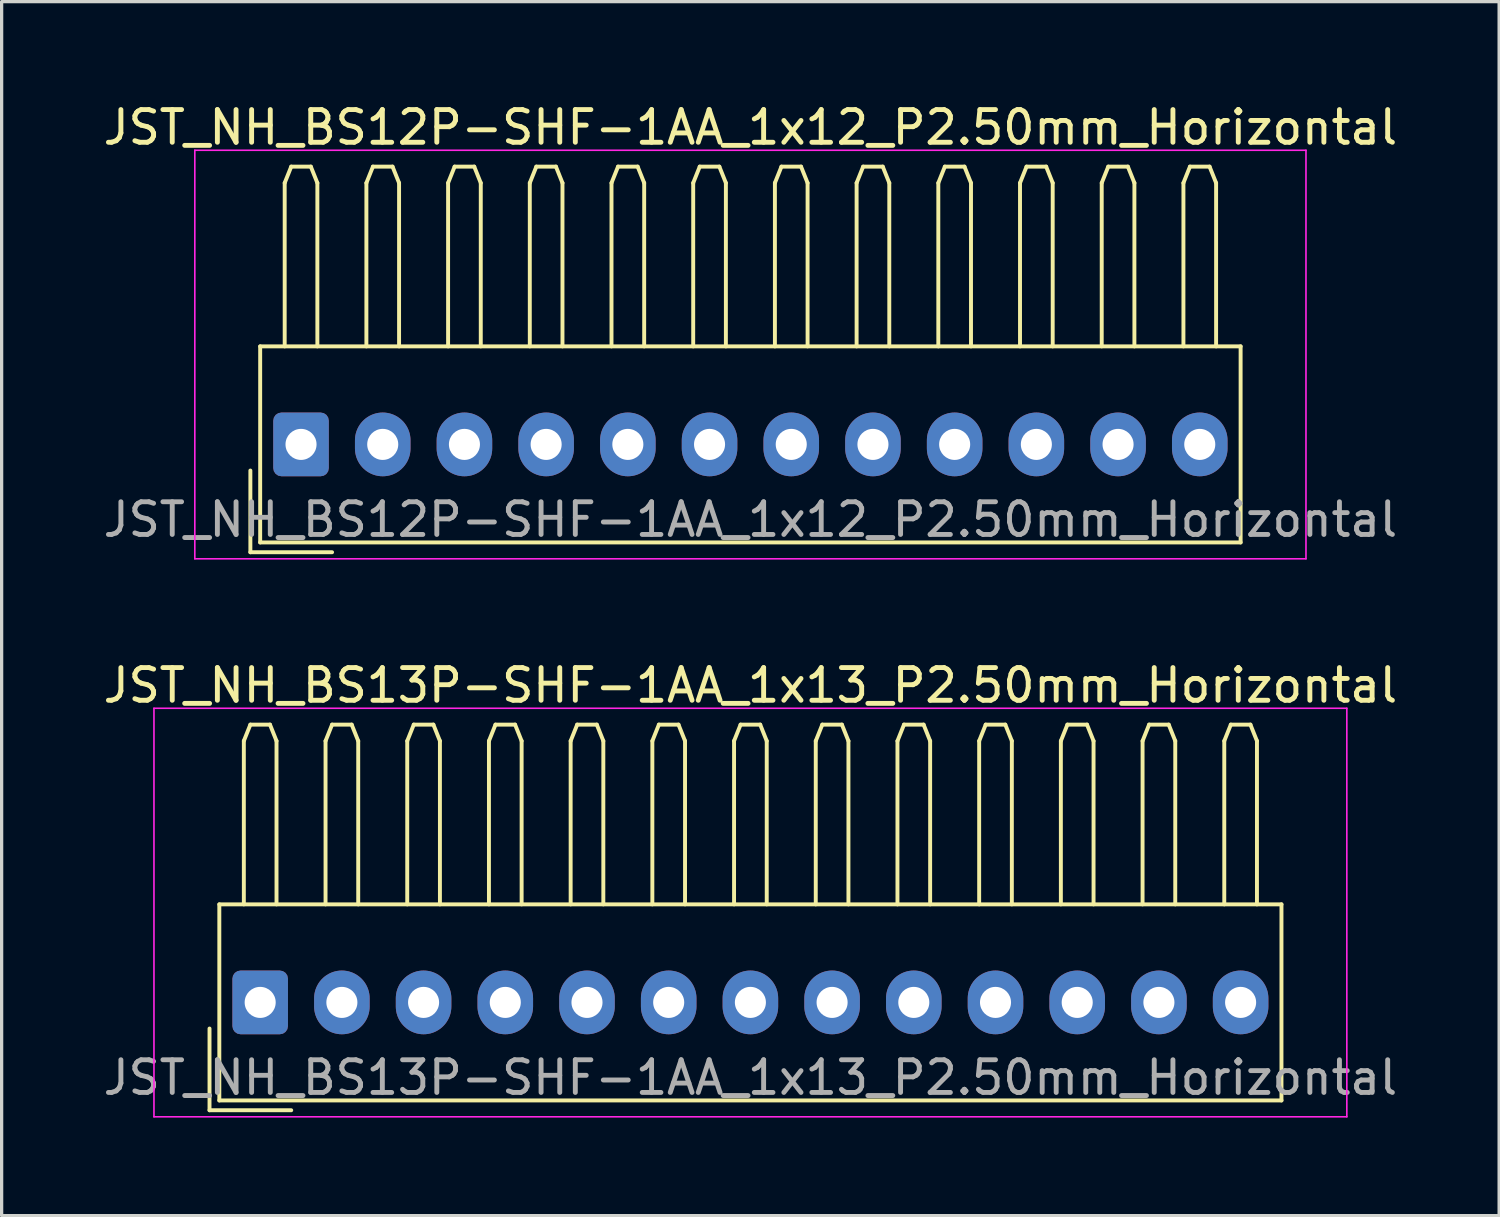
<source format=kicad_pcb>
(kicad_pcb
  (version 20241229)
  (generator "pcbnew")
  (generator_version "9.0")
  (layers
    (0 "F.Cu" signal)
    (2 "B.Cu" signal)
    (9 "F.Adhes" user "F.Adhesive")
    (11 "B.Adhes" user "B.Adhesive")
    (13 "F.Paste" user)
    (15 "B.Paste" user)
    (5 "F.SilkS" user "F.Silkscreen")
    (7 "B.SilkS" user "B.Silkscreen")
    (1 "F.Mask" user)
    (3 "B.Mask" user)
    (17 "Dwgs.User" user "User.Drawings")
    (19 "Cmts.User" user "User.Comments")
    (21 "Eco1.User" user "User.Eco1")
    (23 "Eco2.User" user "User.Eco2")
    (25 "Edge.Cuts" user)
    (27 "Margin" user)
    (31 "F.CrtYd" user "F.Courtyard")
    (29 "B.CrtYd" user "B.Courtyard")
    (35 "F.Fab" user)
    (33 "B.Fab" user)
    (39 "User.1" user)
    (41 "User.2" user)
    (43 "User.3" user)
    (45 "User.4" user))
  (footprint "JST_NH_BS13P-SHF-1AA_1x13_P2.50mm_Horizontal"
    (layer "F.Cu")
    (at 4.911 27.622)
    (property "Reference" "JST_NH_BS13P-SHF-1AA_1x13_P2.50mm_Horizontal" (at 15 -9.7 0) (layer "F.SilkS") (effects (font (size 1 1) (thickness 0.15))))
    (attr through_hole)
    (fp_line (start -1.55 0.8) (end -1.55 3.3) (stroke (width 0.12) (type solid)) (layer "F.SilkS"))
    (fp_line (start -1.55 3.3) (end 0.95 3.3) (stroke (width 0.12) (type solid)) (layer "F.SilkS"))
    (fp_line (start -1.25 -3) (end -1.25 3) (stroke (width 0.12) (type solid)) (layer "F.SilkS"))
    (fp_line (start -1.25 3) (end 31.25 3) (stroke (width 0.12) (type solid)) (layer "F.SilkS"))
    (fp_line (start -0.5 -8) (end -0.3 -8.5) (stroke (width 0.12) (type solid)) (layer "F.SilkS"))
    (fp_line (start -0.5 -3) (end -0.5 -8) (stroke (width 0.12) (type solid)) (layer "F.SilkS"))
    (fp_line (start -0.3 -8.5) (end 0.3 -8.5) (stroke (width 0.12) (type solid)) (layer "F.SilkS"))
    (fp_line (start 0.3 -8.5) (end 0.5 -8) (stroke (width 0.12) (type solid)) (layer "F.SilkS"))
    (fp_line (start 0.5 -8) (end 0.5 -3) (stroke (width 0.12) (type solid)) (layer "F.SilkS"))
    (fp_line (start 2 -8) (end 2.2 -8.5) (stroke (width 0.12) (type solid)) (layer "F.SilkS"))
    (fp_line (start 2 -3) (end 2 -8) (stroke (width 0.12) (type solid)) (layer "F.SilkS"))
    (fp_line (start 2.2 -8.5) (end 2.8 -8.5) (stroke (width 0.12) (type solid)) (layer "F.SilkS"))
    (fp_line (start 2.8 -8.5) (end 3 -8) (stroke (width 0.12) (type solid)) (layer "F.SilkS"))
    (fp_line (start 3 -8) (end 3 -3) (stroke (width 0.12) (type solid)) (layer "F.SilkS"))
    (fp_line (start 4.5 -8) (end 4.7 -8.5) (stroke (width 0.12) (type solid)) (layer "F.SilkS"))
    (fp_line (start 4.5 -3) (end 4.5 -8) (stroke (width 0.12) (type solid)) (layer "F.SilkS"))
    (fp_line (start 4.7 -8.5) (end 5.3 -8.5) (stroke (width 0.12) (type solid)) (layer "F.SilkS"))
    (fp_line (start 5.3 -8.5) (end 5.5 -8) (stroke (width 0.12) (type solid)) (layer "F.SilkS"))
    (fp_line (start 5.5 -8) (end 5.5 -3) (stroke (width 0.12) (type solid)) (layer "F.SilkS"))
    (fp_line (start 7 -8) (end 7.2 -8.5) (stroke (width 0.12) (type solid)) (layer "F.SilkS"))
    (fp_line (start 7 -3) (end 7 -8) (stroke (width 0.12) (type solid)) (layer "F.SilkS"))
    (fp_line (start 7.2 -8.5) (end 7.8 -8.5) (stroke (width 0.12) (type solid)) (layer "F.SilkS"))
    (fp_line (start 7.8 -8.5) (end 8 -8) (stroke (width 0.12) (type solid)) (layer "F.SilkS"))
    (fp_line (start 8 -8) (end 8 -3) (stroke (width 0.12) (type solid)) (layer "F.SilkS"))
    (fp_line (start 9.5 -8) (end 9.7 -8.5) (stroke (width 0.12) (type solid)) (layer "F.SilkS"))
    (fp_line (start 9.5 -3) (end 9.5 -8) (stroke (width 0.12) (type solid)) (layer "F.SilkS"))
    (fp_line (start 9.7 -8.5) (end 10.3 -8.5) (stroke (width 0.12) (type solid)) (layer "F.SilkS"))
    (fp_line (start 10.3 -8.5) (end 10.5 -8) (stroke (width 0.12) (type solid)) (layer "F.SilkS"))
    (fp_line (start 10.5 -8) (end 10.5 -3) (stroke (width 0.12) (type solid)) (layer "F.SilkS"))
    (fp_line (start 12 -8) (end 12.2 -8.5) (stroke (width 0.12) (type solid)) (layer "F.SilkS"))
    (fp_line (start 12 -3) (end 12 -8) (stroke (width 0.12) (type solid)) (layer "F.SilkS"))
    (fp_line (start 12.2 -8.5) (end 12.8 -8.5) (stroke (width 0.12) (type solid)) (layer "F.SilkS"))
    (fp_line (start 12.8 -8.5) (end 13 -8) (stroke (width 0.12) (type solid)) (layer "F.SilkS"))
    (fp_line (start 13 -8) (end 13 -3) (stroke (width 0.12) (type solid)) (layer "F.SilkS"))
    (fp_line (start 14.5 -8) (end 14.7 -8.5) (stroke (width 0.12) (type solid)) (layer "F.SilkS"))
    (fp_line (start 14.5 -3) (end 14.5 -8) (stroke (width 0.12) (type solid)) (layer "F.SilkS"))
    (fp_line (start 14.7 -8.5) (end 15.3 -8.5) (stroke (width 0.12) (type solid)) (layer "F.SilkS"))
    (fp_line (start 15.3 -8.5) (end 15.5 -8) (stroke (width 0.12) (type solid)) (layer "F.SilkS"))
    (fp_line (start 15.5 -8) (end 15.5 -3) (stroke (width 0.12) (type solid)) (layer "F.SilkS"))
    (fp_line (start 17 -8) (end 17.2 -8.5) (stroke (width 0.12) (type solid)) (layer "F.SilkS"))
    (fp_line (start 17 -3) (end 17 -8) (stroke (width 0.12) (type solid)) (layer "F.SilkS"))
    (fp_line (start 17.2 -8.5) (end 17.8 -8.5) (stroke (width 0.12) (type solid)) (layer "F.SilkS"))
    (fp_line (start 17.8 -8.5) (end 18 -8) (stroke (width 0.12) (type solid)) (layer "F.SilkS"))
    (fp_line (start 18 -8) (end 18 -3) (stroke (width 0.12) (type solid)) (layer "F.SilkS"))
    (fp_line (start 19.5 -8) (end 19.7 -8.5) (stroke (width 0.12) (type solid)) (layer "F.SilkS"))
    (fp_line (start 19.5 -3) (end 19.5 -8) (stroke (width 0.12) (type solid)) (layer "F.SilkS"))
    (fp_line (start 19.7 -8.5) (end 20.3 -8.5) (stroke (width 0.12) (type solid)) (layer "F.SilkS"))
    (fp_line (start 20.3 -8.5) (end 20.5 -8) (stroke (width 0.12) (type solid)) (layer "F.SilkS"))
    (fp_line (start 20.5 -8) (end 20.5 -3) (stroke (width 0.12) (type solid)) (layer "F.SilkS"))
    (fp_line (start 22 -8) (end 22.2 -8.5) (stroke (width 0.12) (type solid)) (layer "F.SilkS"))
    (fp_line (start 22 -3) (end 22 -8) (stroke (width 0.12) (type solid)) (layer "F.SilkS"))
    (fp_line (start 22.2 -8.5) (end 22.8 -8.5) (stroke (width 0.12) (type solid)) (layer "F.SilkS"))
    (fp_line (start 22.8 -8.5) (end 23 -8) (stroke (width 0.12) (type solid)) (layer "F.SilkS"))
    (fp_line (start 23 -8) (end 23 -3) (stroke (width 0.12) (type solid)) (layer "F.SilkS"))
    (fp_line (start 24.5 -8) (end 24.7 -8.5) (stroke (width 0.12) (type solid)) (layer "F.SilkS"))
    (fp_line (start 24.5 -3) (end 24.5 -8) (stroke (width 0.12) (type solid)) (layer "F.SilkS"))
    (fp_line (start 24.7 -8.5) (end 25.3 -8.5) (stroke (width 0.12) (type solid)) (layer "F.SilkS"))
    (fp_line (start 25.3 -8.5) (end 25.5 -8) (stroke (width 0.12) (type solid)) (layer "F.SilkS"))
    (fp_line (start 25.5 -8) (end 25.5 -3) (stroke (width 0.12) (type solid)) (layer "F.SilkS"))
    (fp_line (start 27 -8) (end 27.2 -8.5) (stroke (width 0.12) (type solid)) (layer "F.SilkS"))
    (fp_line (start 27 -3) (end 27 -8) (stroke (width 0.12) (type solid)) (layer "F.SilkS"))
    (fp_line (start 27.2 -8.5) (end 27.8 -8.5) (stroke (width 0.12) (type solid)) (layer "F.SilkS"))
    (fp_line (start 27.8 -8.5) (end 28 -8) (stroke (width 0.12) (type solid)) (layer "F.SilkS"))
    (fp_line (start 28 -8) (end 28 -3) (stroke (width 0.12) (type solid)) (layer "F.SilkS"))
    (fp_line (start 29.5 -8) (end 29.7 -8.5) (stroke (width 0.12) (type solid)) (layer "F.SilkS"))
    (fp_line (start 29.5 -3) (end 29.5 -8) (stroke (width 0.12) (type solid)) (layer "F.SilkS"))
    (fp_line (start 29.7 -8.5) (end 30.3 -8.5) (stroke (width 0.12) (type solid)) (layer "F.SilkS"))
    (fp_line (start 30.3 -8.5) (end 30.5 -8) (stroke (width 0.12) (type solid)) (layer "F.SilkS"))
    (fp_line (start 30.5 -8) (end 30.5 -3) (stroke (width 0.12) (type solid)) (layer "F.SilkS"))
    (fp_line (start 31.25 -3) (end -1.25 -3) (stroke (width 0.12) (type solid)) (layer "F.SilkS"))
    (fp_line (start 31.25 3) (end 31.25 -3) (stroke (width 0.12) (type solid)) (layer "F.SilkS"))
    (fp_line (start -3.25 -9) (end -3.25 3.5) (stroke (width 0.05) (type solid)) (layer "F.CrtYd"))
    (fp_line (start -3.25 3.5) (end 33.25 3.5) (stroke (width 0.05) (type solid)) (layer "F.CrtYd"))
    (fp_line (start 33.25 -9) (end -3.25 -9) (stroke (width 0.05) (type solid)) (layer "F.CrtYd"))
    (fp_line (start 33.25 3.5) (end 33.25 -9) (stroke (width 0.05) (type solid)) (layer "F.CrtYd"))
    (fp_text user "${REFERENCE}" (at 15 2.3 0) (layer "F.Fab") (effects (font (size 1 1) (thickness 0.15))))
    (pad "1" thru_hole roundrect (at 0 0) (size 1.7 1.95) (drill 0.95) (layers "*.Cu" "*.Mask") (roundrect_rratio 0.147))
    (pad "2" thru_hole oval (at 2.5 0) (size 1.7 1.95) (drill 0.95) (layers "*.Cu" "*.Mask"))
    (pad "3" thru_hole oval (at 5 0) (size 1.7 1.95) (drill 0.95) (layers "*.Cu" "*.Mask"))
    (pad "4" thru_hole oval (at 7.5 0) (size 1.7 1.95) (drill 0.95) (layers "*.Cu" "*.Mask"))
    (pad "5" thru_hole oval (at 10 0) (size 1.7 1.95) (drill 0.95) (layers "*.Cu" "*.Mask"))
    (pad "6" thru_hole oval (at 12.5 0) (size 1.7 1.95) (drill 0.95) (layers "*.Cu" "*.Mask"))
    (pad "7" thru_hole oval (at 15 0) (size 1.7 1.95) (drill 0.95) (layers "*.Cu" "*.Mask"))
    (pad "8" thru_hole oval (at 17.5 0) (size 1.7 1.95) (drill 0.95) (layers "*.Cu" "*.Mask"))
    (pad "9" thru_hole oval (at 20 0) (size 1.7 1.95) (drill 0.95) (layers "*.Cu" "*.Mask"))
    (pad "10" thru_hole oval (at 22.5 0) (size 1.7 1.95) (drill 0.95) (layers "*.Cu" "*.Mask"))
    (pad "11" thru_hole oval (at 25 0) (size 1.7 1.95) (drill 0.95) (layers "*.Cu" "*.Mask"))
    (pad "12" thru_hole oval (at 27.5 0) (size 1.7 1.95) (drill 0.95) (layers "*.Cu" "*.Mask"))
    (pad "13" thru_hole oval (at 30 0) (size 1.7 1.95) (drill 0.95) (layers "*.Cu" "*.Mask")))
  (footprint "JST_NH_BS12P-SHF-1AA_1x12_P2.50mm_Horizontal"
    (layer "F.Cu")
    (at 6.161 10.548)
    (property "Reference" "JST_NH_BS12P-SHF-1AA_1x12_P2.50mm_Horizontal" (at 13.75 -9.7 0) (layer "F.SilkS") (effects (font (size 1 1) (thickness 0.15))))
    (attr through_hole)
    (fp_line (start -1.55 0.8) (end -1.55 3.3) (stroke (width 0.12) (type solid)) (layer "F.SilkS"))
    (fp_line (start -1.55 3.3) (end 0.95 3.3) (stroke (width 0.12) (type solid)) (layer "F.SilkS"))
    (fp_line (start -1.25 -3) (end -1.25 3) (stroke (width 0.12) (type solid)) (layer "F.SilkS"))
    (fp_line (start -1.25 3) (end 28.75 3) (stroke (width 0.12) (type solid)) (layer "F.SilkS"))
    (fp_line (start -0.5 -8) (end -0.3 -8.5) (stroke (width 0.12) (type solid)) (layer "F.SilkS"))
    (fp_line (start -0.5 -3) (end -0.5 -8) (stroke (width 0.12) (type solid)) (layer "F.SilkS"))
    (fp_line (start -0.3 -8.5) (end 0.3 -8.5) (stroke (width 0.12) (type solid)) (layer "F.SilkS"))
    (fp_line (start 0.3 -8.5) (end 0.5 -8) (stroke (width 0.12) (type solid)) (layer "F.SilkS"))
    (fp_line (start 0.5 -8) (end 0.5 -3) (stroke (width 0.12) (type solid)) (layer "F.SilkS"))
    (fp_line (start 2 -8) (end 2.2 -8.5) (stroke (width 0.12) (type solid)) (layer "F.SilkS"))
    (fp_line (start 2 -3) (end 2 -8) (stroke (width 0.12) (type solid)) (layer "F.SilkS"))
    (fp_line (start 2.2 -8.5) (end 2.8 -8.5) (stroke (width 0.12) (type solid)) (layer "F.SilkS"))
    (fp_line (start 2.8 -8.5) (end 3 -8) (stroke (width 0.12) (type solid)) (layer "F.SilkS"))
    (fp_line (start 3 -8) (end 3 -3) (stroke (width 0.12) (type solid)) (layer "F.SilkS"))
    (fp_line (start 4.5 -8) (end 4.7 -8.5) (stroke (width 0.12) (type solid)) (layer "F.SilkS"))
    (fp_line (start 4.5 -3) (end 4.5 -8) (stroke (width 0.12) (type solid)) (layer "F.SilkS"))
    (fp_line (start 4.7 -8.5) (end 5.3 -8.5) (stroke (width 0.12) (type solid)) (layer "F.SilkS"))
    (fp_line (start 5.3 -8.5) (end 5.5 -8) (stroke (width 0.12) (type solid)) (layer "F.SilkS"))
    (fp_line (start 5.5 -8) (end 5.5 -3) (stroke (width 0.12) (type solid)) (layer "F.SilkS"))
    (fp_line (start 7 -8) (end 7.2 -8.5) (stroke (width 0.12) (type solid)) (layer "F.SilkS"))
    (fp_line (start 7 -3) (end 7 -8) (stroke (width 0.12) (type solid)) (layer "F.SilkS"))
    (fp_line (start 7.2 -8.5) (end 7.8 -8.5) (stroke (width 0.12) (type solid)) (layer "F.SilkS"))
    (fp_line (start 7.8 -8.5) (end 8 -8) (stroke (width 0.12) (type solid)) (layer "F.SilkS"))
    (fp_line (start 8 -8) (end 8 -3) (stroke (width 0.12) (type solid)) (layer "F.SilkS"))
    (fp_line (start 9.5 -8) (end 9.7 -8.5) (stroke (width 0.12) (type solid)) (layer "F.SilkS"))
    (fp_line (start 9.5 -3) (end 9.5 -8) (stroke (width 0.12) (type solid)) (layer "F.SilkS"))
    (fp_line (start 9.7 -8.5) (end 10.3 -8.5) (stroke (width 0.12) (type solid)) (layer "F.SilkS"))
    (fp_line (start 10.3 -8.5) (end 10.5 -8) (stroke (width 0.12) (type solid)) (layer "F.SilkS"))
    (fp_line (start 10.5 -8) (end 10.5 -3) (stroke (width 0.12) (type solid)) (layer "F.SilkS"))
    (fp_line (start 12 -8) (end 12.2 -8.5) (stroke (width 0.12) (type solid)) (layer "F.SilkS"))
    (fp_line (start 12 -3) (end 12 -8) (stroke (width 0.12) (type solid)) (layer "F.SilkS"))
    (fp_line (start 12.2 -8.5) (end 12.8 -8.5) (stroke (width 0.12) (type solid)) (layer "F.SilkS"))
    (fp_line (start 12.8 -8.5) (end 13 -8) (stroke (width 0.12) (type solid)) (layer "F.SilkS"))
    (fp_line (start 13 -8) (end 13 -3) (stroke (width 0.12) (type solid)) (layer "F.SilkS"))
    (fp_line (start 14.5 -8) (end 14.7 -8.5) (stroke (width 0.12) (type solid)) (layer "F.SilkS"))
    (fp_line (start 14.5 -3) (end 14.5 -8) (stroke (width 0.12) (type solid)) (layer "F.SilkS"))
    (fp_line (start 14.7 -8.5) (end 15.3 -8.5) (stroke (width 0.12) (type solid)) (layer "F.SilkS"))
    (fp_line (start 15.3 -8.5) (end 15.5 -8) (stroke (width 0.12) (type solid)) (layer "F.SilkS"))
    (fp_line (start 15.5 -8) (end 15.5 -3) (stroke (width 0.12) (type solid)) (layer "F.SilkS"))
    (fp_line (start 17 -8) (end 17.2 -8.5) (stroke (width 0.12) (type solid)) (layer "F.SilkS"))
    (fp_line (start 17 -3) (end 17 -8) (stroke (width 0.12) (type solid)) (layer "F.SilkS"))
    (fp_line (start 17.2 -8.5) (end 17.8 -8.5) (stroke (width 0.12) (type solid)) (layer "F.SilkS"))
    (fp_line (start 17.8 -8.5) (end 18 -8) (stroke (width 0.12) (type solid)) (layer "F.SilkS"))
    (fp_line (start 18 -8) (end 18 -3) (stroke (width 0.12) (type solid)) (layer "F.SilkS"))
    (fp_line (start 19.5 -8) (end 19.7 -8.5) (stroke (width 0.12) (type solid)) (layer "F.SilkS"))
    (fp_line (start 19.5 -3) (end 19.5 -8) (stroke (width 0.12) (type solid)) (layer "F.SilkS"))
    (fp_line (start 19.7 -8.5) (end 20.3 -8.5) (stroke (width 0.12) (type solid)) (layer "F.SilkS"))
    (fp_line (start 20.3 -8.5) (end 20.5 -8) (stroke (width 0.12) (type solid)) (layer "F.SilkS"))
    (fp_line (start 20.5 -8) (end 20.5 -3) (stroke (width 0.12) (type solid)) (layer "F.SilkS"))
    (fp_line (start 22 -8) (end 22.2 -8.5) (stroke (width 0.12) (type solid)) (layer "F.SilkS"))
    (fp_line (start 22 -3) (end 22 -8) (stroke (width 0.12) (type solid)) (layer "F.SilkS"))
    (fp_line (start 22.2 -8.5) (end 22.8 -8.5) (stroke (width 0.12) (type solid)) (layer "F.SilkS"))
    (fp_line (start 22.8 -8.5) (end 23 -8) (stroke (width 0.12) (type solid)) (layer "F.SilkS"))
    (fp_line (start 23 -8) (end 23 -3) (stroke (width 0.12) (type solid)) (layer "F.SilkS"))
    (fp_line (start 24.5 -8) (end 24.7 -8.5) (stroke (width 0.12) (type solid)) (layer "F.SilkS"))
    (fp_line (start 24.5 -3) (end 24.5 -8) (stroke (width 0.12) (type solid)) (layer "F.SilkS"))
    (fp_line (start 24.7 -8.5) (end 25.3 -8.5) (stroke (width 0.12) (type solid)) (layer "F.SilkS"))
    (fp_line (start 25.3 -8.5) (end 25.5 -8) (stroke (width 0.12) (type solid)) (layer "F.SilkS"))
    (fp_line (start 25.5 -8) (end 25.5 -3) (stroke (width 0.12) (type solid)) (layer "F.SilkS"))
    (fp_line (start 27 -8) (end 27.2 -8.5) (stroke (width 0.12) (type solid)) (layer "F.SilkS"))
    (fp_line (start 27 -3) (end 27 -8) (stroke (width 0.12) (type solid)) (layer "F.SilkS"))
    (fp_line (start 27.2 -8.5) (end 27.8 -8.5) (stroke (width 0.12) (type solid)) (layer "F.SilkS"))
    (fp_line (start 27.8 -8.5) (end 28 -8) (stroke (width 0.12) (type solid)) (layer "F.SilkS"))
    (fp_line (start 28 -8) (end 28 -3) (stroke (width 0.12) (type solid)) (layer "F.SilkS"))
    (fp_line (start 28.75 -3) (end -1.25 -3) (stroke (width 0.12) (type solid)) (layer "F.SilkS"))
    (fp_line (start 28.75 3) (end 28.75 -3) (stroke (width 0.12) (type solid)) (layer "F.SilkS"))
    (fp_line (start -3.25 -9) (end -3.25 3.5) (stroke (width 0.05) (type solid)) (layer "F.CrtYd"))
    (fp_line (start -3.25 3.5) (end 30.75 3.5) (stroke (width 0.05) (type solid)) (layer "F.CrtYd"))
    (fp_line (start 30.75 -9) (end -3.25 -9) (stroke (width 0.05) (type solid)) (layer "F.CrtYd"))
    (fp_line (start 30.75 3.5) (end 30.75 -9) (stroke (width 0.05) (type solid)) (layer "F.CrtYd"))
    (fp_text user "${REFERENCE}" (at 13.75 2.3 0) (layer "F.Fab") (effects (font (size 1 1) (thickness 0.15))))
    (pad "1" thru_hole roundrect (at 0 0) (size 1.7 1.95) (drill 0.95) (layers "*.Cu" "*.Mask") (roundrect_rratio 0.147))
    (pad "2" thru_hole oval (at 2.5 0) (size 1.7 1.95) (drill 0.95) (layers "*.Cu" "*.Mask"))
    (pad "3" thru_hole oval (at 5 0) (size 1.7 1.95) (drill 0.95) (layers "*.Cu" "*.Mask"))
    (pad "4" thru_hole oval (at 7.5 0) (size 1.7 1.95) (drill 0.95) (layers "*.Cu" "*.Mask"))
    (pad "5" thru_hole oval (at 10 0) (size 1.7 1.95) (drill 0.95) (layers "*.Cu" "*.Mask"))
    (pad "6" thru_hole oval (at 12.5 0) (size 1.7 1.95) (drill 0.95) (layers "*.Cu" "*.Mask"))
    (pad "7" thru_hole oval (at 15 0) (size 1.7 1.95) (drill 0.95) (layers "*.Cu" "*.Mask"))
    (pad "8" thru_hole oval (at 17.5 0) (size 1.7 1.95) (drill 0.95) (layers "*.Cu" "*.Mask"))
    (pad "9" thru_hole oval (at 20 0) (size 1.7 1.95) (drill 0.95) (layers "*.Cu" "*.Mask"))
    (pad "10" thru_hole oval (at 22.5 0) (size 1.7 1.95) (drill 0.95) (layers "*.Cu" "*.Mask"))
    (pad "11" thru_hole oval (at 25 0) (size 1.7 1.95) (drill 0.95) (layers "*.Cu" "*.Mask"))
    (pad "12" thru_hole oval (at 27.5 0) (size 1.7 1.95) (drill 0.95) (layers "*.Cu" "*.Mask")))
  (gr_rect
    (start -3 -3)
    (end 42.821 34.147)
    (stroke (width 0.1) (type default))
    (fill no)
    (layer "Edge.Cuts")))
</source>
